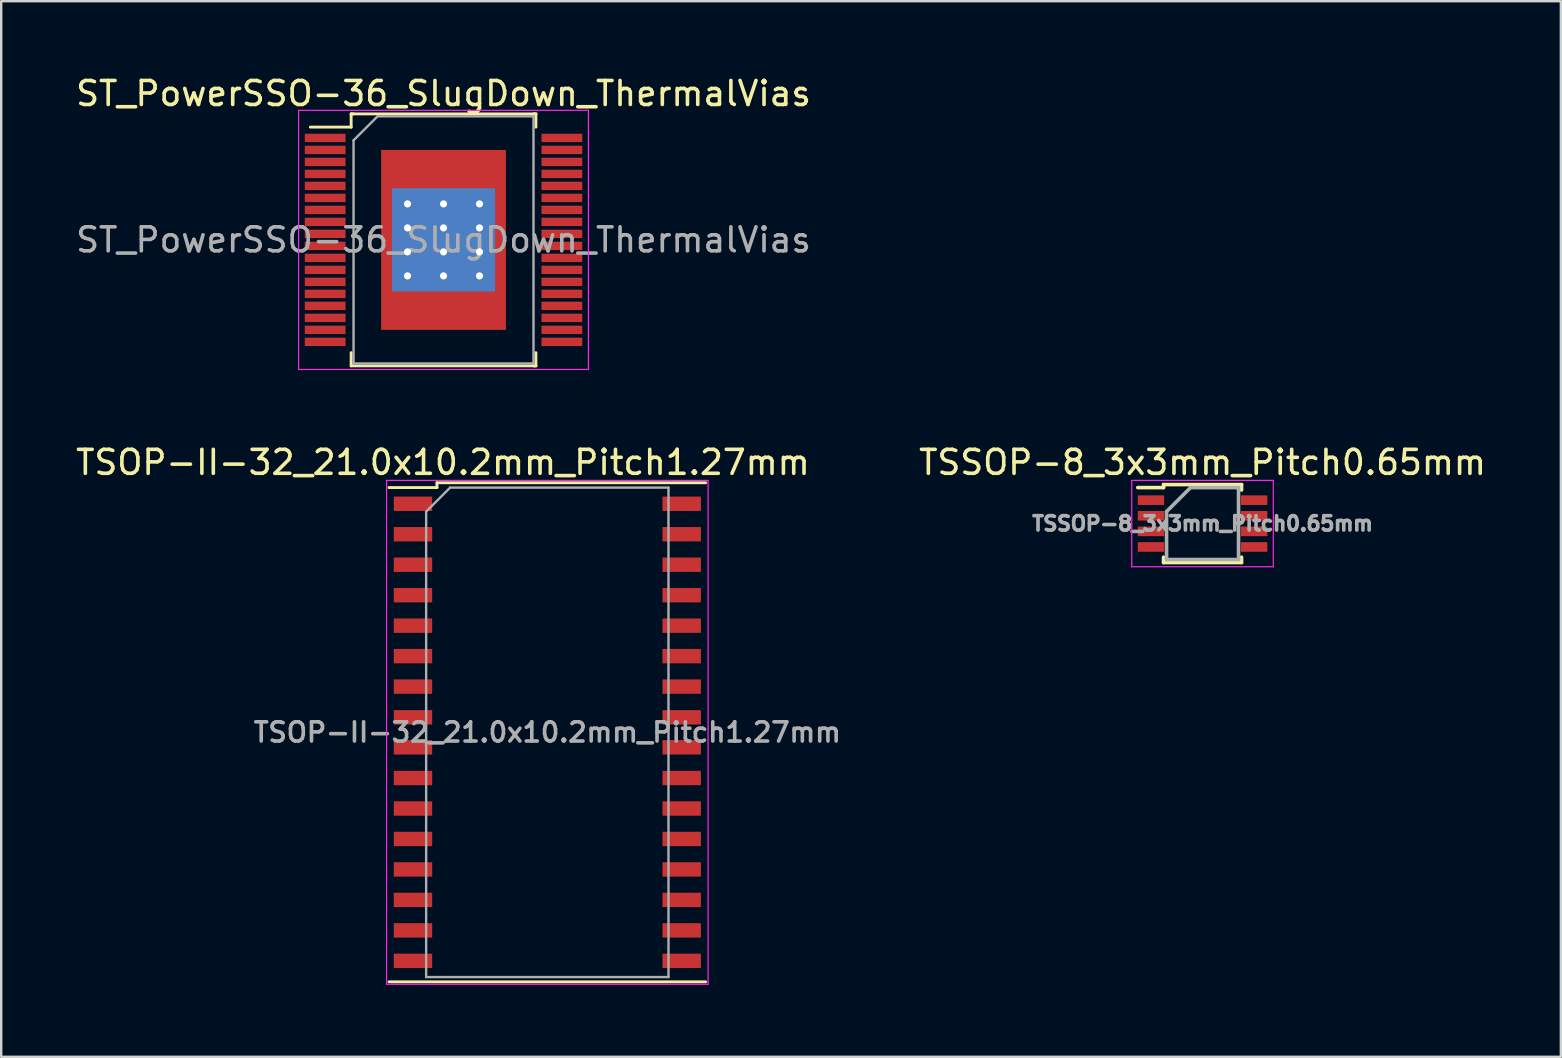
<source format=kicad_pcb>
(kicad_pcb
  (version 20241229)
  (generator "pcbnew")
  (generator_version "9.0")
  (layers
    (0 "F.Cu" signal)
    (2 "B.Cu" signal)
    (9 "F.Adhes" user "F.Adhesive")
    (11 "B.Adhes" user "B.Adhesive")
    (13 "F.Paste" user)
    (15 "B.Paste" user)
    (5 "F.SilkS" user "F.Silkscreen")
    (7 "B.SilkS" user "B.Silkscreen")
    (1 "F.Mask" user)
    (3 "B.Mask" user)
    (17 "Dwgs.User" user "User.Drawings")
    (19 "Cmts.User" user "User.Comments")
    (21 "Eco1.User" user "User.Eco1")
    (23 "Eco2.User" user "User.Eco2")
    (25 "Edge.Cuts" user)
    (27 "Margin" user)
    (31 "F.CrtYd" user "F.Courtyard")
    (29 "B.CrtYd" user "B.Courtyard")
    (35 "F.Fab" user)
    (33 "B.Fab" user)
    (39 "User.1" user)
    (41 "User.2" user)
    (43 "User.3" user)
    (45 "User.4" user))
  (footprint "ST_PowerSSO-36_SlugDown_ThermalVias"
    (layer "F.Cu")
    (at 15.435 6.948)
    (property "Reference" "ST_PowerSSO-36_SlugDown_ThermalVias" (at 0 -6.1 0) (layer "F.SilkS") (effects (font (size 1 1) (thickness 0.15))))
    (attr smd)
    (fp_line (start -3.85 -5.25) (end -3.85 -4.7) (stroke (width 0.12) (type solid)) (layer "F.SilkS"))
    (fp_line (start -3.85 -4.7) (end -5.55 -4.7) (stroke (width 0.12) (type solid)) (layer "F.SilkS"))
    (fp_line (start -3.85 5.25) (end -3.85 4.7) (stroke (width 0.12) (type solid)) (layer "F.SilkS"))
    (fp_line (start -3.75 -5.25) (end -3.85 -5.25) (stroke (width 0.12) (type solid)) (layer "F.SilkS"))
    (fp_line (start 3.75 -5.25) (end 3.85 -5.25) (stroke (width 0.12) (type solid)) (layer "F.SilkS"))
    (fp_line (start 3.75 5.25) (end 3.85 5.25) (stroke (width 0.12) (type solid)) (layer "F.SilkS"))
    (fp_line (start 3.85 -5.25) (end -3.85 -5.25) (stroke (width 0.12) (type solid)) (layer "F.SilkS"))
    (fp_line (start 3.85 -5.25) (end 3.85 -4.7) (stroke (width 0.12) (type solid)) (layer "F.SilkS"))
    (fp_line (start 3.85 5.25) (end -3.85 5.25) (stroke (width 0.12) (type solid)) (layer "F.SilkS"))
    (fp_line (start 3.85 5.25) (end 3.85 4.7) (stroke (width 0.12) (type solid)) (layer "F.SilkS"))
    (fp_line (start -6.04 -5.4) (end -6.04 5.4) (stroke (width 0.05) (type solid)) (layer "F.CrtYd"))
    (fp_line (start -6.04 -5.4) (end 6.04 -5.4) (stroke (width 0.05) (type solid)) (layer "F.CrtYd"))
    (fp_line (start 6.04 5.4) (end -6.04 5.4) (stroke (width 0.05) (type solid)) (layer "F.CrtYd"))
    (fp_line (start 6.04 5.4) (end 6.04 -5.4) (stroke (width 0.05) (type solid)) (layer "F.CrtYd"))
    (fp_line (start -3.75 -4.15) (end -3.75 5.15) (stroke (width 0.1) (type solid)) (layer "F.Fab"))
    (fp_line (start -3.75 5.15) (end 3.75 5.15) (stroke (width 0.1) (type solid)) (layer "F.Fab"))
    (fp_line (start -2.75 -5.15) (end -3.75 -4.15) (stroke (width 0.1) (type solid)) (layer "F.Fab"))
    (fp_line (start 3.75 -5.15) (end -2.75 -5.15) (stroke (width 0.1) (type solid)) (layer "F.Fab"))
    (fp_line (start 3.75 5.15) (end 3.75 -5.15) (stroke (width 0.1) (type solid)) (layer "F.Fab"))
    (fp_text user "${REFERENCE}" (at 0 0 0) (layer "F.Fab") (effects (font (size 1 1) (thickness 0.15))))
    (pad "1" smd rect (at -4.933 -4.25) (size 1.7 0.35) (layers "F.Cu" "F.Mask" "F.Paste"))
    (pad "2" smd rect (at -4.933 -3.75) (size 1.7 0.35) (layers "F.Cu" "F.Mask" "F.Paste"))
    (pad "3" smd rect (at -4.933 -3.25) (size 1.7 0.35) (layers "F.Cu" "F.Mask" "F.Paste"))
    (pad "4" smd rect (at -4.933 -2.75) (size 1.7 0.35) (layers "F.Cu" "F.Mask" "F.Paste"))
    (pad "5" smd rect (at -4.933 -2.25) (size 1.7 0.35) (layers "F.Cu" "F.Mask" "F.Paste"))
    (pad "6" smd rect (at -4.933 -1.75) (size 1.7 0.35) (layers "F.Cu" "F.Mask" "F.Paste"))
    (pad "7" smd rect (at -4.933 -1.25) (size 1.7 0.35) (layers "F.Cu" "F.Mask" "F.Paste"))
    (pad "8" smd rect (at -4.933 -0.75) (size 1.7 0.35) (layers "F.Cu" "F.Mask" "F.Paste"))
    (pad "9" smd rect (at -4.933 -0.25) (size 1.7 0.35) (layers "F.Cu" "F.Mask" "F.Paste"))
    (pad "10" smd rect (at -4.933 0.25) (size 1.7 0.35) (layers "F.Cu" "F.Mask" "F.Paste"))
    (pad "11" smd rect (at -4.933 0.75) (size 1.7 0.35) (layers "F.Cu" "F.Mask" "F.Paste"))
    (pad "12" smd rect (at -4.933 1.25) (size 1.7 0.35) (layers "F.Cu" "F.Mask" "F.Paste"))
    (pad "13" smd rect (at -4.933 1.75) (size 1.7 0.35) (layers "F.Cu" "F.Mask" "F.Paste"))
    (pad "14" smd rect (at -4.933 2.25) (size 1.7 0.35) (layers "F.Cu" "F.Mask" "F.Paste"))
    (pad "15" smd rect (at -4.933 2.75) (size 1.7 0.35) (layers "F.Cu" "F.Mask" "F.Paste"))
    (pad "16" smd rect (at -4.933 3.25) (size 1.7 0.35) (layers "F.Cu" "F.Mask" "F.Paste"))
    (pad "17" smd rect (at -4.933 3.75) (size 1.7 0.35) (layers "F.Cu" "F.Mask" "F.Paste"))
    (pad "18" smd rect (at -4.933 4.25) (size 1.7 0.35) (layers "F.Cu" "F.Mask" "F.Paste"))
    (pad "19" smd rect (at 4.933 4.25) (size 1.7 0.35) (layers "F.Cu" "F.Mask" "F.Paste"))
    (pad "20" smd rect (at 4.933 3.75) (size 1.7 0.35) (layers "F.Cu" "F.Mask" "F.Paste"))
    (pad "21" smd rect (at 4.933 3.25) (size 1.7 0.35) (layers "F.Cu" "F.Mask" "F.Paste"))
    (pad "22" smd rect (at 4.933 2.75) (size 1.7 0.35) (layers "F.Cu" "F.Mask" "F.Paste"))
    (pad "23" smd rect (at 4.933 2.25) (size 1.7 0.35) (layers "F.Cu" "F.Mask" "F.Paste"))
    (pad "24" smd rect (at 4.933 1.75) (size 1.7 0.35) (layers "F.Cu" "F.Mask" "F.Paste"))
    (pad "25" smd rect (at 4.933 1.25) (size 1.7 0.35) (layers "F.Cu" "F.Mask" "F.Paste"))
    (pad "26" smd rect (at 4.933 0.75) (size 1.7 0.35) (layers "F.Cu" "F.Mask" "F.Paste"))
    (pad "27" smd rect (at 4.933 0.25) (size 1.7 0.35) (layers "F.Cu" "F.Mask" "F.Paste"))
    (pad "28" smd rect (at 4.933 -0.25) (size 1.7 0.35) (layers "F.Cu" "F.Mask" "F.Paste"))
    (pad "29" smd rect (at 4.933 -0.75) (size 1.7 0.35) (layers "F.Cu" "F.Mask" "F.Paste"))
    (pad "30" smd rect (at 4.933 -1.25) (size 1.7 0.35) (layers "F.Cu" "F.Mask" "F.Paste"))
    (pad "31" smd rect (at 4.933 -1.75) (size 1.7 0.35) (layers "F.Cu" "F.Mask" "F.Paste"))
    (pad "32" smd rect (at 4.933 -2.25) (size 1.7 0.35) (layers "F.Cu" "F.Mask" "F.Paste"))
    (pad "33" smd rect (at 4.933 -2.75) (size 1.7 0.35) (layers "F.Cu" "F.Mask" "F.Paste"))
    (pad "34" smd rect (at 4.933 -3.25) (size 1.7 0.35) (layers "F.Cu" "F.Mask" "F.Paste"))
    (pad "35" smd rect (at 4.933 -3.75) (size 1.7 0.35) (layers "F.Cu" "F.Mask" "F.Paste"))
    (pad "36" smd rect (at 4.933 -4.25) (size 1.7 0.35) (layers "F.Cu" "F.Mask" "F.Paste"))
    (pad "37" thru_hole circle (at -1.5 -1.5) (size 0.6 0.6) (drill 0.3) (layers "*.Cu" "*.Mask"))
    (pad "37" thru_hole circle (at -1.5 -0.5) (size 0.6 0.6) (drill 0.3) (layers "*.Cu" "*.Mask"))
    (pad "37" thru_hole circle (at -1.5 0.5) (size 0.6 0.6) (drill 0.3) (layers "*.Cu" "*.Mask"))
    (pad "37" thru_hole circle (at -1.5 1.5) (size 0.6 0.6) (drill 0.3) (layers "*.Cu" "*.Mask"))
    (pad "37" thru_hole circle (at 0 -1.5) (size 0.6 0.6) (drill 0.3) (layers "*.Cu" "*.Mask"))
    (pad "37" thru_hole circle (at 0 -0.5) (size 0.6 0.6) (drill 0.3) (layers "*.Cu" "*.Mask"))
    (pad "37" smd rect (at 0 0) (size 4.3 4.3) (layers "B.Cu" "B.Mask"))
    (pad "37" smd rect (at 0 0) (size 5.2 7.5) (layers "F.Cu" "F.Mask" "F.Paste"))
    (pad "37" thru_hole circle (at 0 0.5) (size 0.6 0.6) (drill 0.3) (layers "*.Cu" "*.Mask"))
    (pad "37" thru_hole circle (at 0 1.5) (size 0.6 0.6) (drill 0.3) (layers "*.Cu" "*.Mask"))
    (pad "37" thru_hole circle (at 1.5 -1.5) (size 0.6 0.6) (drill 0.3) (layers "*.Cu" "*.Mask"))
    (pad "37" thru_hole circle (at 1.5 -0.5) (size 0.6 0.6) (drill 0.3) (layers "*.Cu" "*.Mask"))
    (pad "37" thru_hole circle (at 1.5 0.5) (size 0.6 0.6) (drill 0.3) (layers "*.Cu" "*.Mask"))
    (pad "37" thru_hole circle (at 1.5 1.5) (size 0.6 0.6) (drill 0.3) (layers "*.Cu" "*.Mask")))
  (footprint "TSOP-II-32_21.0x10.2mm_Pitch1.27mm"
    (layer "F.Cu")
    (at 19.761 27.471)
    (property "Reference" "TSOP-II-32_21.0x10.2mm_Pitch1.27mm" (at -4.35 -11.25 0) (layer "F.SilkS") (effects (font (size 1 1) (thickness 0.15))))
    (attr smd)
    (fp_line (start -6.6 10.4) (end 6.6 10.4) (stroke (width 0.12) (type solid)) (layer "F.SilkS"))
    (fp_line (start -4.6 -10.4) (end -4.6 -10.2) (stroke (width 0.12) (type solid)) (layer "F.SilkS"))
    (fp_line (start -4.6 -10.4) (end 6.6 -10.4) (stroke (width 0.12) (type solid)) (layer "F.SilkS"))
    (fp_line (start -4.6 -10.2) (end -6.6 -10.2) (stroke (width 0.12) (type solid)) (layer "F.SilkS"))
    (fp_line (start -6.7 -10.5) (end -6.7 10.5) (stroke (width 0.05) (type solid)) (layer "F.CrtYd"))
    (fp_line (start -6.7 -10.5) (end 6.7 -10.5) (stroke (width 0.05) (type solid)) (layer "F.CrtYd"))
    (fp_line (start -6.7 10.5) (end 6.7 10.5) (stroke (width 0.05) (type solid)) (layer "F.CrtYd"))
    (fp_line (start 6.7 -10.5) (end 6.7 10.5) (stroke (width 0.05) (type solid)) (layer "F.CrtYd"))
    (fp_line (start -5.05 -9.2) (end -4.05 -10.2) (stroke (width 0.1) (type solid)) (layer "F.Fab"))
    (fp_line (start -5.05 10.2) (end -5.05 -9.2) (stroke (width 0.1) (type solid)) (layer "F.Fab"))
    (fp_line (start -4.05 -10.2) (end 5.05 -10.2) (stroke (width 0.1) (type solid)) (layer "F.Fab"))
    (fp_line (start 5.05 -10.2) (end 5.05 10.2) (stroke (width 0.1) (type solid)) (layer "F.Fab"))
    (fp_line (start 5.05 10.2) (end -5.05 10.2) (stroke (width 0.1) (type solid)) (layer "F.Fab"))
    (fp_text user "${REFERENCE}" (at 0 0 0) (layer "F.Fab") (effects (font (size 0.8 0.8) (thickness 0.15))))
    (pad "1" smd rect (at -5.6 -9.525) (size 1.6 0.6) (layers "F.Cu" "F.Mask" "F.Paste"))
    (pad "2" smd rect (at -5.6 -8.255) (size 1.6 0.6) (layers "F.Cu" "F.Mask" "F.Paste"))
    (pad "3" smd rect (at -5.6 -6.985) (size 1.6 0.6) (layers "F.Cu" "F.Mask" "F.Paste"))
    (pad "4" smd rect (at -5.6 -5.715) (size 1.6 0.6) (layers "F.Cu" "F.Mask" "F.Paste"))
    (pad "5" smd rect (at -5.6 -4.445) (size 1.6 0.6) (layers "F.Cu" "F.Mask" "F.Paste"))
    (pad "6" smd rect (at -5.6 -3.175) (size 1.6 0.6) (layers "F.Cu" "F.Mask" "F.Paste"))
    (pad "7" smd rect (at -5.6 -1.905) (size 1.6 0.6) (layers "F.Cu" "F.Mask" "F.Paste"))
    (pad "8" smd rect (at -5.6 -0.625) (size 1.6 0.6) (layers "F.Cu" "F.Mask" "F.Paste"))
    (pad "9" smd rect (at -5.6 0.625) (size 1.6 0.6) (layers "F.Cu" "F.Mask" "F.Paste"))
    (pad "10" smd rect (at -5.6 1.905) (size 1.6 0.6) (layers "F.Cu" "F.Mask" "F.Paste"))
    (pad "11" smd rect (at -5.6 3.175) (size 1.6 0.6) (layers "F.Cu" "F.Mask" "F.Paste"))
    (pad "12" smd rect (at -5.6 4.445) (size 1.6 0.6) (layers "F.Cu" "F.Mask" "F.Paste"))
    (pad "13" smd rect (at -5.6 5.715) (size 1.6 0.6) (layers "F.Cu" "F.Mask" "F.Paste"))
    (pad "14" smd rect (at -5.6 6.985) (size 1.6 0.6) (layers "F.Cu" "F.Mask" "F.Paste"))
    (pad "15" smd rect (at -5.6 8.255) (size 1.6 0.6) (layers "F.Cu" "F.Mask" "F.Paste"))
    (pad "16" smd rect (at -5.6 9.525) (size 1.6 0.6) (layers "F.Cu" "F.Mask" "F.Paste"))
    (pad "17" smd rect (at 5.6 9.525) (size 1.6 0.6) (layers "F.Cu" "F.Mask" "F.Paste"))
    (pad "18" smd rect (at 5.6 8.255) (size 1.6 0.6) (layers "F.Cu" "F.Mask" "F.Paste"))
    (pad "19" smd rect (at 5.6 6.985) (size 1.6 0.6) (layers "F.Cu" "F.Mask" "F.Paste"))
    (pad "20" smd rect (at 5.6 5.715) (size 1.6 0.6) (layers "F.Cu" "F.Mask" "F.Paste"))
    (pad "21" smd rect (at 5.6 4.445) (size 1.6 0.6) (layers "F.Cu" "F.Mask" "F.Paste"))
    (pad "22" smd rect (at 5.6 3.175) (size 1.6 0.6) (layers "F.Cu" "F.Mask" "F.Paste"))
    (pad "23" smd rect (at 5.6 1.905) (size 1.6 0.6) (layers "F.Cu" "F.Mask" "F.Paste"))
    (pad "24" smd rect (at 5.6 0.625) (size 1.6 0.6) (layers "F.Cu" "F.Mask" "F.Paste"))
    (pad "25" smd rect (at 5.6 -0.625) (size 1.6 0.6) (layers "F.Cu" "F.Mask" "F.Paste"))
    (pad "26" smd rect (at 5.6 -1.905) (size 1.6 0.6) (layers "F.Cu" "F.Mask" "F.Paste"))
    (pad "27" smd rect (at 5.6 -3.175) (size 1.6 0.6) (layers "F.Cu" "F.Mask" "F.Paste"))
    (pad "28" smd rect (at 5.6 -4.445) (size 1.6 0.6) (layers "F.Cu" "F.Mask" "F.Paste"))
    (pad "29" smd rect (at 5.6 -5.715) (size 1.6 0.6) (layers "F.Cu" "F.Mask" "F.Paste"))
    (pad "30" smd rect (at 5.6 -6.985) (size 1.6 0.6) (layers "F.Cu" "F.Mask" "F.Paste"))
    (pad "31" smd rect (at 5.6 -8.255) (size 1.6 0.6) (layers "F.Cu" "F.Mask" "F.Paste"))
    (pad "32" smd rect (at 5.6 -9.525) (size 1.6 0.6) (layers "F.Cu" "F.Mask" "F.Paste")))
  (footprint "TSSOP-8_3x3mm_Pitch0.65mm"
    (layer "F.Cu")
    (at 47.069 18.771)
    (property "Reference" "TSSOP-8_3x3mm_Pitch0.65mm" (at 0 -2.55 0) (layer "F.SilkS") (effects (font (size 1 1) (thickness 0.15))))
    (attr smd)
    (fp_line (start -1.625 -1.625) (end -1.625 -1.5) (stroke (width 0.15) (type solid)) (layer "F.SilkS"))
    (fp_line (start -1.625 -1.625) (end 1.625 -1.625) (stroke (width 0.15) (type solid)) (layer "F.SilkS"))
    (fp_line (start -1.625 -1.5) (end -2.7 -1.5) (stroke (width 0.15) (type solid)) (layer "F.SilkS"))
    (fp_line (start -1.625 1.625) (end -1.625 1.4) (stroke (width 0.15) (type solid)) (layer "F.SilkS"))
    (fp_line (start -1.625 1.625) (end 1.625 1.625) (stroke (width 0.15) (type solid)) (layer "F.SilkS"))
    (fp_line (start 1.625 -1.625) (end 1.625 -1.4) (stroke (width 0.15) (type solid)) (layer "F.SilkS"))
    (fp_line (start 1.625 1.625) (end 1.625 1.4) (stroke (width 0.15) (type solid)) (layer "F.SilkS"))
    (fp_line (start -2.95 -1.8) (end -2.95 1.8) (stroke (width 0.05) (type solid)) (layer "F.CrtYd"))
    (fp_line (start -2.95 -1.8) (end 2.95 -1.8) (stroke (width 0.05) (type solid)) (layer "F.CrtYd"))
    (fp_line (start -2.95 1.8) (end 2.95 1.8) (stroke (width 0.05) (type solid)) (layer "F.CrtYd"))
    (fp_line (start 2.95 -1.8) (end 2.95 1.8) (stroke (width 0.05) (type solid)) (layer "F.CrtYd"))
    (fp_line (start -1.5 -0.5) (end -0.5 -1.5) (stroke (width 0.15) (type solid)) (layer "F.Fab"))
    (fp_line (start -1.5 1.5) (end -1.5 -0.5) (stroke (width 0.15) (type solid)) (layer "F.Fab"))
    (fp_line (start -0.5 -1.5) (end 1.5 -1.5) (stroke (width 0.15) (type solid)) (layer "F.Fab"))
    (fp_line (start 1.5 -1.5) (end 1.5 1.5) (stroke (width 0.15) (type solid)) (layer "F.Fab"))
    (fp_line (start 1.5 1.5) (end -1.5 1.5) (stroke (width 0.15) (type solid)) (layer "F.Fab"))
    (fp_text user "${REFERENCE}" (at 0 0 0) (layer "F.Fab") (effects (font (size 0.6 0.6) (thickness 0.15))))
    (pad "1" smd rect (at -2.15 -0.975) (size 1.1 0.4) (layers "F.Cu" "F.Mask" "F.Paste"))
    (pad "2" smd rect (at -2.15 -0.325) (size 1.1 0.4) (layers "F.Cu" "F.Mask" "F.Paste"))
    (pad "3" smd rect (at -2.15 0.325) (size 1.1 0.4) (layers "F.Cu" "F.Mask" "F.Paste"))
    (pad "4" smd rect (at -2.15 0.975) (size 1.1 0.4) (layers "F.Cu" "F.Mask" "F.Paste"))
    (pad "5" smd rect (at 2.15 0.975) (size 1.1 0.4) (layers "F.Cu" "F.Mask" "F.Paste"))
    (pad "6" smd rect (at 2.15 0.325) (size 1.1 0.4) (layers "F.Cu" "F.Mask" "F.Paste"))
    (pad "7" smd rect (at 2.15 -0.325) (size 1.1 0.4) (layers "F.Cu" "F.Mask" "F.Paste"))
    (pad "8" smd rect (at 2.15 -0.975) (size 1.1 0.4) (layers "F.Cu" "F.Mask" "F.Paste")))
  (gr_rect
    (start -3 -3)
    (end 62.003 40.996)
    (stroke (width 0.1) (type default))
    (fill no)
    (layer "Edge.Cuts")))
</source>
